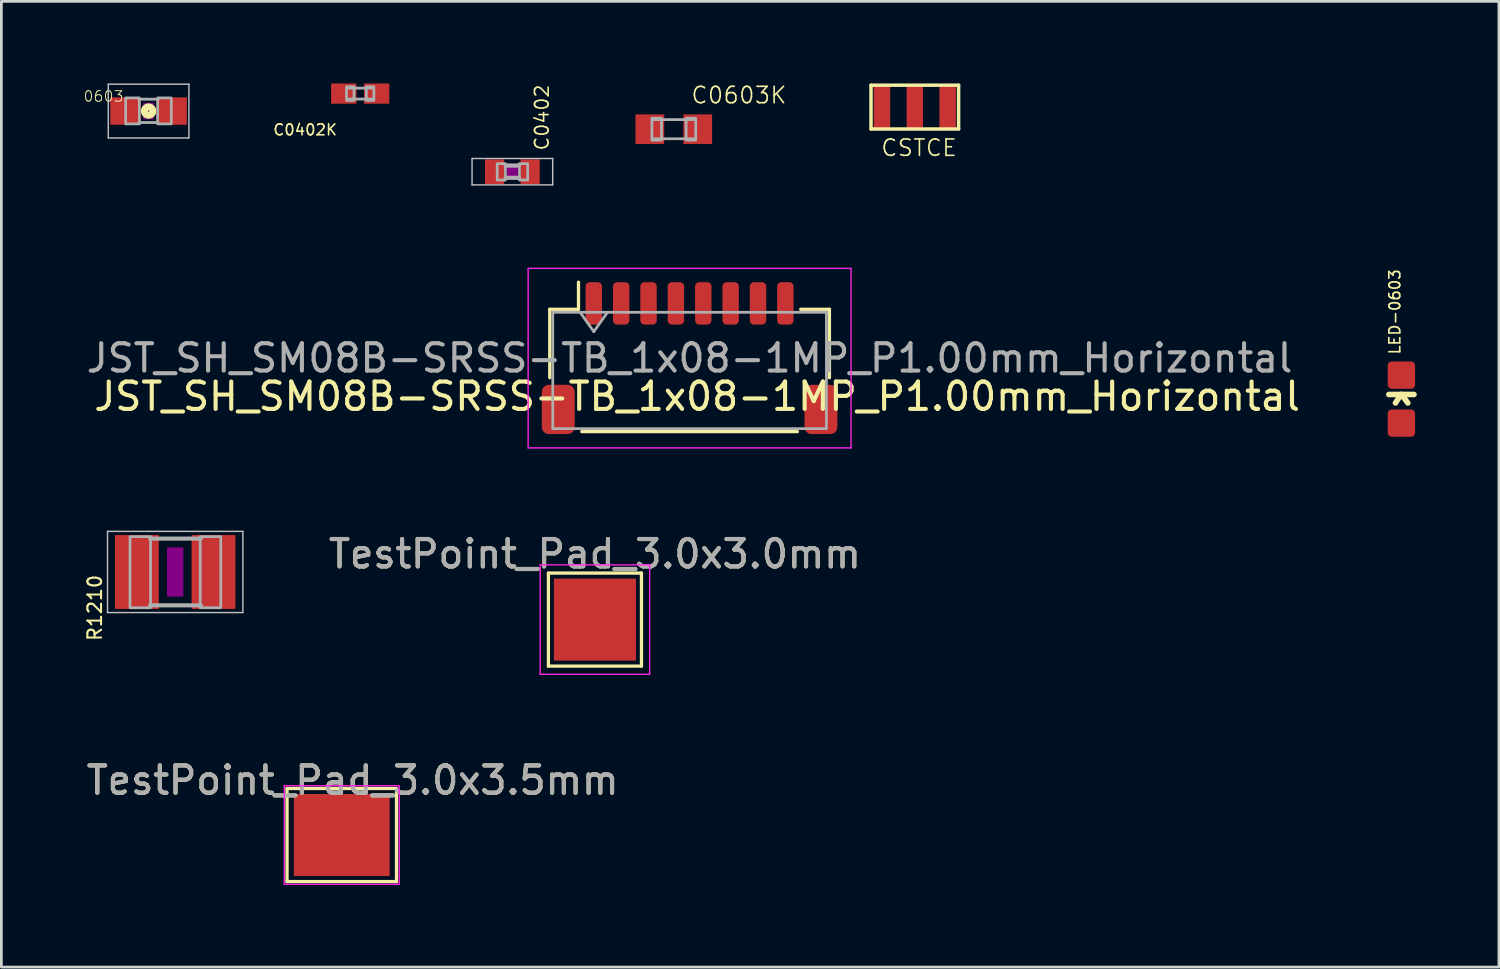
<source format=kicad_pcb>
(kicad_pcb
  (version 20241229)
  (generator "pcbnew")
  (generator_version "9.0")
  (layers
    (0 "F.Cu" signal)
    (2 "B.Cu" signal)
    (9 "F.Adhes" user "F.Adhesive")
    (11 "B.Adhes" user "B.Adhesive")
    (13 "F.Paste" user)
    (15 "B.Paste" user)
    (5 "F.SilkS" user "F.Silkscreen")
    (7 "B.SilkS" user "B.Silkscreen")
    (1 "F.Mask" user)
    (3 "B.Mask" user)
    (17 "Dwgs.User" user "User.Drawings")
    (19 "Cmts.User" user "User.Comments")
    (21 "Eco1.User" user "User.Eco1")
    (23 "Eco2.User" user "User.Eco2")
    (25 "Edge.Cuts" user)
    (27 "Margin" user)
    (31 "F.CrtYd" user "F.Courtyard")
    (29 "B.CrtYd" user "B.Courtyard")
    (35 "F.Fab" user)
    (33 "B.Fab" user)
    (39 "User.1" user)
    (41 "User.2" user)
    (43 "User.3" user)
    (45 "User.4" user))
  (footprint "0603"
    (layer "F.Cu")
    (at 2.38 1.008)
    (property "Reference" "0603" (at -0.889 -0.762 0) (layer "F.SilkS") (effects (font (size 0.386 0.386) (thickness 0.033)) (justify right top)))
    (attr through_hole)
    (fp_circle (center 0 0) (end 0.025 0) (stroke (width 0.127) (type solid)) (fill no) (layer "F.SilkS"))
    (fp_circle (center 0 0) (end 0.127 0) (stroke (width 0.127) (type solid)) (fill no) (layer "F.SilkS"))
    (fp_circle (center 0 0) (end 0.218 0) (stroke (width 0.127) (type solid)) (fill no) (layer "F.SilkS"))
    (fp_poly (pts (xy -0.2 0.3) (xy 0.2 0.3) (xy 0.2 -0.3) (xy -0.2 -0.3)) (stroke (width 0) (type solid)) (fill yes) (layer "F.Adhes"))
    (fp_line (start -1.473 -0.983) (end 1.473 -0.983) (stroke (width 0.051) (type solid)) (layer "Dwgs.User"))
    (fp_line (start -1.473 0.983) (end -1.473 -0.983) (stroke (width 0.051) (type solid)) (layer "Dwgs.User"))
    (fp_line (start 1.473 -0.983) (end 1.473 0.983) (stroke (width 0.051) (type solid)) (layer "Dwgs.User"))
    (fp_line (start 1.473 0.983) (end -1.473 0.983) (stroke (width 0.051) (type solid)) (layer "Dwgs.User"))
    (fp_line (start -0.356 -0.432) (end 0.356 -0.432) (stroke (width 0.102) (type solid)) (layer "F.Fab"))
    (fp_line (start -0.356 0.419) (end 0.356 0.419) (stroke (width 0.102) (type solid)) (layer "F.Fab"))
    (fp_poly (pts (xy -0.838 0.47) (xy -0.338 0.47) (xy -0.338 -0.48) (xy -0.838 -0.48)) (stroke (width 0.1) (type solid)) (fill no) (layer "F.Fab"))
    (fp_poly (pts (xy 0.33 0.47) (xy 0.83 0.47) (xy 0.83 -0.48) (xy 0.33 -0.48)) (stroke (width 0.1) (type solid)) (fill no) (layer "F.Fab"))
    (pad "1" smd rect (at -0.85 0) (size 1.1 1) (layers "F.Cu" "F.Mask" "F.Paste"))
    (pad "2" smd rect (at 0.85 0) (size 1.1 1) (layers "F.Cu" "F.Mask" "F.Paste")))
  (footprint "C0603K"
    (layer "F.Cu")
    (at 21.572 1.671)
    (property "Reference" "C0603K" (at 0.599 -0.891 0) (layer "F.SilkS") (effects (font (size 0.6 0.6) (thickness 0.06)) (justify left bottom)))
    (attr through_hole)
    (fp_line (start -0.725 -0.35) (end 0.725 -0.35) (stroke (width 0.102) (type solid)) (layer "F.Fab"))
    (fp_line (start 0.725 0.35) (end -0.725 0.35) (stroke (width 0.102) (type solid)) (layer "F.Fab"))
    (fp_poly (pts (xy -0.8 0.4) (xy -0.45 0.4) (xy -0.45 -0.4) (xy -0.8 -0.4)) (stroke (width 0.1) (type solid)) (fill no) (layer "F.Fab"))
    (fp_poly (pts (xy 0.45 0.4) (xy 0.8 0.4) (xy 0.8 -0.4) (xy 0.45 -0.4)) (stroke (width 0.1) (type solid)) (fill no) (layer "F.Fab"))
    (pad "1" smd rect (at -0.875 0) (size 1.05 1.08) (layers "F.Cu" "F.Mask" "F.Paste"))
    (pad "2" smd rect (at 0.875 0) (size 1.05 1.08) (layers "F.Cu" "F.Mask" "F.Paste")))
  (footprint "JST_SH_SM08B-SRSS-TB_1x08-1MP_P1.00mm_Horizontal"
    (layer "F.Cu")
    (at 22.149 10.037)
    (property "Reference" "JST_SH_SM08B-SRSS-TB_1x08-1MP_P1.00mm_Horizontal" (at 0.275 1.4 180) (layer "F.SilkS") (effects (font (size 1 1) (thickness 0.15))))
    (attr smd)
    (fp_line (start -5.11 -1.785) (end -4.06 -1.785) (stroke (width 0.12) (type solid)) (layer "F.SilkS"))
    (fp_line (start -5.11 0.715) (end -5.11 -1.785) (stroke (width 0.12) (type solid)) (layer "F.SilkS"))
    (fp_line (start -4.06 -1.785) (end -4.06 -2.775) (stroke (width 0.12) (type solid)) (layer "F.SilkS"))
    (fp_line (start -3.94 2.685) (end 3.94 2.685) (stroke (width 0.12) (type solid)) (layer "F.SilkS"))
    (fp_line (start 5.11 -1.785) (end 4.06 -1.785) (stroke (width 0.12) (type solid)) (layer "F.SilkS"))
    (fp_line (start 5.11 0.715) (end 5.11 -1.785) (stroke (width 0.12) (type solid)) (layer "F.SilkS"))
    (fp_line (start -5.9 -3.28) (end -5.9 3.28) (stroke (width 0.05) (type solid)) (layer "F.CrtYd"))
    (fp_line (start -5.9 3.28) (end 5.9 3.28) (stroke (width 0.05) (type solid)) (layer "F.CrtYd"))
    (fp_line (start 5.9 -3.28) (end -5.9 -3.28) (stroke (width 0.05) (type solid)) (layer "F.CrtYd"))
    (fp_line (start 5.9 3.28) (end 5.9 -3.28) (stroke (width 0.05) (type solid)) (layer "F.CrtYd"))
    (fp_line (start -5 -1.675) (end -5 2.575) (stroke (width 0.1) (type solid)) (layer "F.Fab"))
    (fp_line (start -5 -1.675) (end 5 -1.675) (stroke (width 0.1) (type solid)) (layer "F.Fab"))
    (fp_line (start -5 2.575) (end 5 2.575) (stroke (width 0.1) (type solid)) (layer "F.Fab"))
    (fp_line (start -4 -1.675) (end -3.5 -0.968) (stroke (width 0.1) (type solid)) (layer "F.Fab"))
    (fp_line (start -3.5 -0.968) (end -3 -1.675) (stroke (width 0.1) (type solid)) (layer "F.Fab"))
    (fp_line (start 5 -1.675) (end 5 2.575) (stroke (width 0.1) (type solid)) (layer "F.Fab"))
    (fp_text user "${REFERENCE}" (at 0 0 180) (layer "F.Fab") (effects (font (size 1 1) (thickness 0.15))))
    (pad "1" smd roundrect (at -3.5 -2) (size 0.6 1.55) (layers "F.Cu" "F.Mask" "F.Paste") (roundrect_rratio 0.25))
    (pad "2" smd roundrect (at -2.5 -2) (size 0.6 1.55) (layers "F.Cu" "F.Mask" "F.Paste") (roundrect_rratio 0.25))
    (pad "3" smd roundrect (at -1.5 -2) (size 0.6 1.55) (layers "F.Cu" "F.Mask" "F.Paste") (roundrect_rratio 0.25))
    (pad "4" smd roundrect (at -0.5 -2) (size 0.6 1.55) (layers "F.Cu" "F.Mask" "F.Paste") (roundrect_rratio 0.25))
    (pad "5" smd roundrect (at 0.5 -2) (size 0.6 1.55) (layers "F.Cu" "F.Mask" "F.Paste") (roundrect_rratio 0.25))
    (pad "6" smd roundrect (at 1.5 -2) (size 0.6 1.55) (layers "F.Cu" "F.Mask" "F.Paste") (roundrect_rratio 0.25))
    (pad "7" smd roundrect (at 2.5 -2) (size 0.6 1.55) (layers "F.Cu" "F.Mask" "F.Paste") (roundrect_rratio 0.25))
    (pad "8" smd roundrect (at 3.5 -2) (size 0.6 1.55) (layers "F.Cu" "F.Mask" "F.Paste") (roundrect_rratio 0.25))
    (pad "MP" smd roundrect (at -4.8 1.875) (size 1.2 1.8) (layers "F.Cu" "F.Mask" "F.Paste") (roundrect_rratio 0.208))
    (pad "MP" smd roundrect (at 4.8 1.875) (size 1.2 1.8) (layers "F.Cu" "F.Mask" "F.Paste") (roundrect_rratio 0.208)))
  (footprint "CSTCE"
    (layer "F.Cu")
    (at 30.379 0.864)
    (property "Reference" "CSTCE" (at -1.271 1.839 0) (layer "F.SilkS") (effects (font (size 0.6 0.6) (thickness 0.06)) (justify left bottom)))
    (attr through_hole)
    (fp_line (start -1.6 -0.8) (end -1.6 0.8) (stroke (width 0.127) (type solid)) (layer "F.SilkS"))
    (fp_line (start -1.6 0.8) (end 1.6 0.8) (stroke (width 0.127) (type solid)) (layer "F.SilkS"))
    (fp_line (start 1.6 -0.8) (end -1.6 -0.8) (stroke (width 0.127) (type solid)) (layer "F.SilkS"))
    (fp_line (start 1.6 0.8) (end 1.6 -0.8) (stroke (width 0.127) (type solid)) (layer "F.SilkS"))
    (pad "1" smd rect (at -1.2 0 90) (size 1.6 0.6) (layers "F.Cu" "F.Mask" "F.Paste"))
    (pad "2" smd rect (at 0 0 90) (size 1.6 0.6) (layers "F.Cu" "F.Mask" "F.Paste"))
    (pad "3" smd rect (at 1.2 0 90) (size 1.6 0.6) (layers "F.Cu" "F.Mask" "F.Paste")))
  (footprint "C0402K"
    (layer "F.Cu")
    (at 10.112 0.37)
    (property "Reference" "C0402K" (at -0.81 1.09 0) (layer "F.SilkS") (effects (font (size 0.4 0.4) (thickness 0.06)) (justify right top)))
    (attr through_hole)
    (fp_line (start -0.425 -0.2) (end 0.425 -0.2) (stroke (width 0.102) (type solid)) (layer "F.Fab"))
    (fp_line (start 0.425 0.2) (end -0.425 0.2) (stroke (width 0.102) (type solid)) (layer "F.Fab"))
    (fp_poly (pts (xy -0.5 0.25) (xy -0.225 0.25) (xy -0.225 -0.25) (xy -0.5 -0.25)) (stroke (width 0.1) (type solid)) (fill no) (layer "F.Fab"))
    (fp_poly (pts (xy 0.225 0.25) (xy 0.5 0.25) (xy 0.5 -0.25) (xy 0.225 -0.25)) (stroke (width 0.1) (type solid)) (fill no) (layer "F.Fab"))
    (pad "1" smd rect (at -0.6 0) (size 0.925 0.74) (layers "F.Cu" "F.Mask" "F.Paste"))
    (pad "2" smd rect (at 0.6 0) (size 0.925 0.74) (layers "F.Cu" "F.Mask" "F.Paste")))
  (footprint "C0402"
    (layer "F.Cu")
    (at 15.673 3.224)
    (property "Reference" "C0402" (at 1.372 -0.739 90) (layer "F.SilkS") (effects (font (size 0.5 0.5) (thickness 0.06)) (justify left bottom)))
    (attr through_hole)
    (fp_poly (pts (xy -0.2 0.3) (xy 0.2 0.3) (xy 0.2 -0.3) (xy -0.2 -0.3)) (stroke (width 0) (type solid)) (fill yes) (layer "F.Adhes"))
    (fp_line (start -1.473 -0.483) (end 1.473 -0.483) (stroke (width 0.051) (type solid)) (layer "Dwgs.User"))
    (fp_line (start -1.473 0.483) (end -1.473 -0.483) (stroke (width 0.051) (type solid)) (layer "Dwgs.User"))
    (fp_line (start 1.473 -0.483) (end 1.473 0.483) (stroke (width 0.051) (type solid)) (layer "Dwgs.User"))
    (fp_line (start 1.473 0.483) (end -1.473 0.483) (stroke (width 0.051) (type solid)) (layer "Dwgs.User"))
    (fp_line (start -0.245 -0.224) (end 0.245 -0.224) (stroke (width 0.152) (type solid)) (layer "F.Fab"))
    (fp_line (start 0.245 0.224) (end -0.245 0.224) (stroke (width 0.152) (type solid)) (layer "F.Fab"))
    (fp_poly (pts (xy -0.554 0.305) (xy -0.254 0.305) (xy -0.254 -0.295) (xy -0.554 -0.295)) (stroke (width 0.1) (type solid)) (fill no) (layer "F.Fab"))
    (fp_poly (pts (xy 0.259 0.305) (xy 0.559 0.305) (xy 0.559 -0.295) (xy 0.259 -0.295)) (stroke (width 0.1) (type solid)) (fill no) (layer "F.Fab"))
    (pad "1" smd rect (at -0.65 0) (size 0.7 0.9) (layers "F.Cu" "F.Mask" "F.Paste"))
    (pad "2" smd rect (at 0.65 0) (size 0.7 0.9) (layers "F.Cu" "F.Mask" "F.Paste")))
  (footprint "LED-0603"
    (layer "F.Cu")
    (at 48.161 11.535)
    (property "Reference" "LED-0603" (at -0.009 -1.598 90) (layer "F.SilkS") (effects (font (size 0.4 0.4) (thickness 0.06)) (justify left bottom)))
    (attr through_hole)
    (fp_line (start -0.46 -0.17) (end 0 -0.17) (stroke (width 0.203) (type solid)) (layer "F.SilkS"))
    (fp_line (start -0.025 -0.155) (end -0.218 0.14) (stroke (width 0.203) (type solid)) (layer "F.SilkS"))
    (fp_line (start 0 -0.17) (end 0.234 0.14) (stroke (width 0.203) (type solid)) (layer "F.SilkS"))
    (fp_line (start 0.46 -0.17) (end 0 -0.17) (stroke (width 0.203) (type solid)) (layer "F.SilkS"))
    (pad "A" smd roundrect (at 0 0.877) (size 1 1) (layers "F.Cu" "F.Mask" "F.Paste") (roundrect_rratio 0.15))
    (pad "C" smd roundrect (at 0 -0.877) (size 1 1) (layers "F.Cu" "F.Mask" "F.Paste") (roundrect_rratio 0.15)))
  (footprint "TestPoint_Pad_3.0x3.5mm"
    (layer "F.Cu")
    (at 8.539 27.464)
    (property "Reference" "TestPoint_Pad_3.0x3.5mm" (at 1.3 -2 0) (layer "F.SilkS") (effects (font (size 1 1) (thickness 0.15))))
    (attr exclude_from_pos_files exclude_from_bom)
    (fp_line (start -1.1 -1.7) (end 2.9 -1.7) (stroke (width 0.12) (type solid)) (layer "F.SilkS"))
    (fp_line (start -1.1 1.7) (end -1.1 -1.7) (stroke (width 0.12) (type solid)) (layer "F.SilkS"))
    (fp_line (start 2.9 -1.6) (end 2.9 1.7) (stroke (width 0.12) (type solid)) (layer "F.SilkS"))
    (fp_line (start 2.9 1.7) (end -1.1 1.7) (stroke (width 0.12) (type solid)) (layer "F.SilkS"))
    (fp_line (start -1.2 -1.8) (end -1.2 1.8) (stroke (width 0.05) (type solid)) (layer "F.CrtYd"))
    (fp_line (start -1.2 -1.8) (end 3 -1.8) (stroke (width 0.05) (type solid)) (layer "F.CrtYd"))
    (fp_line (start 3 1.8) (end -1.2 1.8) (stroke (width 0.05) (type solid)) (layer "F.CrtYd"))
    (fp_line (start 3 1.8) (end 3 -1.8) (stroke (width 0.05) (type solid)) (layer "F.CrtYd"))
    (fp_text user "${REFERENCE}" (at 1.3 -2 0) (layer "F.Fab") (effects (font (size 1 1) (thickness 0.15))))
    (pad "1" smd rect (at 0.9 0) (size 3.5 3) (layers "F.Cu" "F.Mask")))
  (footprint "R1210"
    (layer "F.Cu")
    (at 3.352 17.851)
    (property "Reference" "R1210" (at -3.229 0.061 90) (layer "F.SilkS") (effects (font (size 0.5 0.5) (thickness 0.075)) (justify right top)))
    (attr through_hole)
    (fp_poly (pts (xy -0.3 0.9) (xy 0.3 0.9) (xy 0.3 -0.9) (xy -0.3 -0.9)) (stroke (width 0) (type solid)) (fill yes) (layer "F.Adhes"))
    (fp_line (start -2.473 -1.483) (end 2.473 -1.483) (stroke (width 0.051) (type solid)) (layer "Dwgs.User"))
    (fp_line (start -2.473 1.483) (end -2.473 -1.483) (stroke (width 0.051) (type solid)) (layer "Dwgs.User"))
    (fp_line (start 2.473 -1.483) (end 2.473 1.483) (stroke (width 0.051) (type solid)) (layer "Dwgs.User"))
    (fp_line (start 2.473 1.483) (end -2.473 1.483) (stroke (width 0.051) (type solid)) (layer "Dwgs.User"))
    (fp_line (start -0.913 -1.219) (end 0.939 -1.219) (stroke (width 0.152) (type solid)) (layer "F.Fab"))
    (fp_line (start -0.913 1.219) (end 0.939 1.219) (stroke (width 0.152) (type solid)) (layer "F.Fab"))
    (fp_poly (pts (xy -1.651 1.308) (xy -0.901 1.308) (xy -0.901 -1.292) (xy -1.651 -1.292)) (stroke (width 0.1) (type solid)) (fill no) (layer "F.Fab"))
    (fp_poly (pts (xy 0.914 1.308) (xy 1.665 1.308) (xy 1.665 -1.292) (xy 0.914 -1.292)) (stroke (width 0.1) (type solid)) (fill no) (layer "F.Fab"))
    (pad "1" smd rect (at -1.4 0) (size 1.6 2.7) (layers "F.Cu" "F.Mask" "F.Paste"))
    (pad "2" smd rect (at 1.4 0) (size 1.6 2.7) (layers "F.Cu" "F.Mask" "F.Paste")))
  (footprint "TestPoint_Pad_3.0x3.0mm"
    (layer "F.Cu")
    (at 18.69 19.591)
    (property "Reference" "TestPoint_Pad_3.0x3.0mm" (at 0 -2.398 0) (layer "F.SilkS") (effects (font (size 1 1) (thickness 0.15))))
    (attr exclude_from_pos_files exclude_from_bom)
    (fp_line (start -1.7 -1.7) (end 1.7 -1.7) (stroke (width 0.12) (type solid)) (layer "F.SilkS"))
    (fp_line (start -1.7 1.7) (end -1.7 -1.7) (stroke (width 0.12) (type solid)) (layer "F.SilkS"))
    (fp_line (start 1.7 -1.7) (end 1.7 1.7) (stroke (width 0.12) (type solid)) (layer "F.SilkS"))
    (fp_line (start 1.7 1.7) (end -1.7 1.7) (stroke (width 0.12) (type solid)) (layer "F.SilkS"))
    (fp_line (start -2 -2) (end -2 2) (stroke (width 0.05) (type solid)) (layer "F.CrtYd"))
    (fp_line (start -2 -2) (end 2 -2) (stroke (width 0.05) (type solid)) (layer "F.CrtYd"))
    (fp_line (start 2 2) (end -2 2) (stroke (width 0.05) (type solid)) (layer "F.CrtYd"))
    (fp_line (start 2 2) (end 2 -2) (stroke (width 0.05) (type solid)) (layer "F.CrtYd"))
    (fp_text user "${REFERENCE}" (at 0 -2.4 0) (layer "F.Fab") (effects (font (size 1 1) (thickness 0.15))))
    (pad "1" smd rect (at 0 0) (size 3 3) (layers "F.Cu" "F.Mask")))
  (gr_rect
    (start -3 -3)
    (end 51.723 32.289)
    (stroke (width 0.1) (type default))
    (fill no)
    (layer "Edge.Cuts")))
</source>
